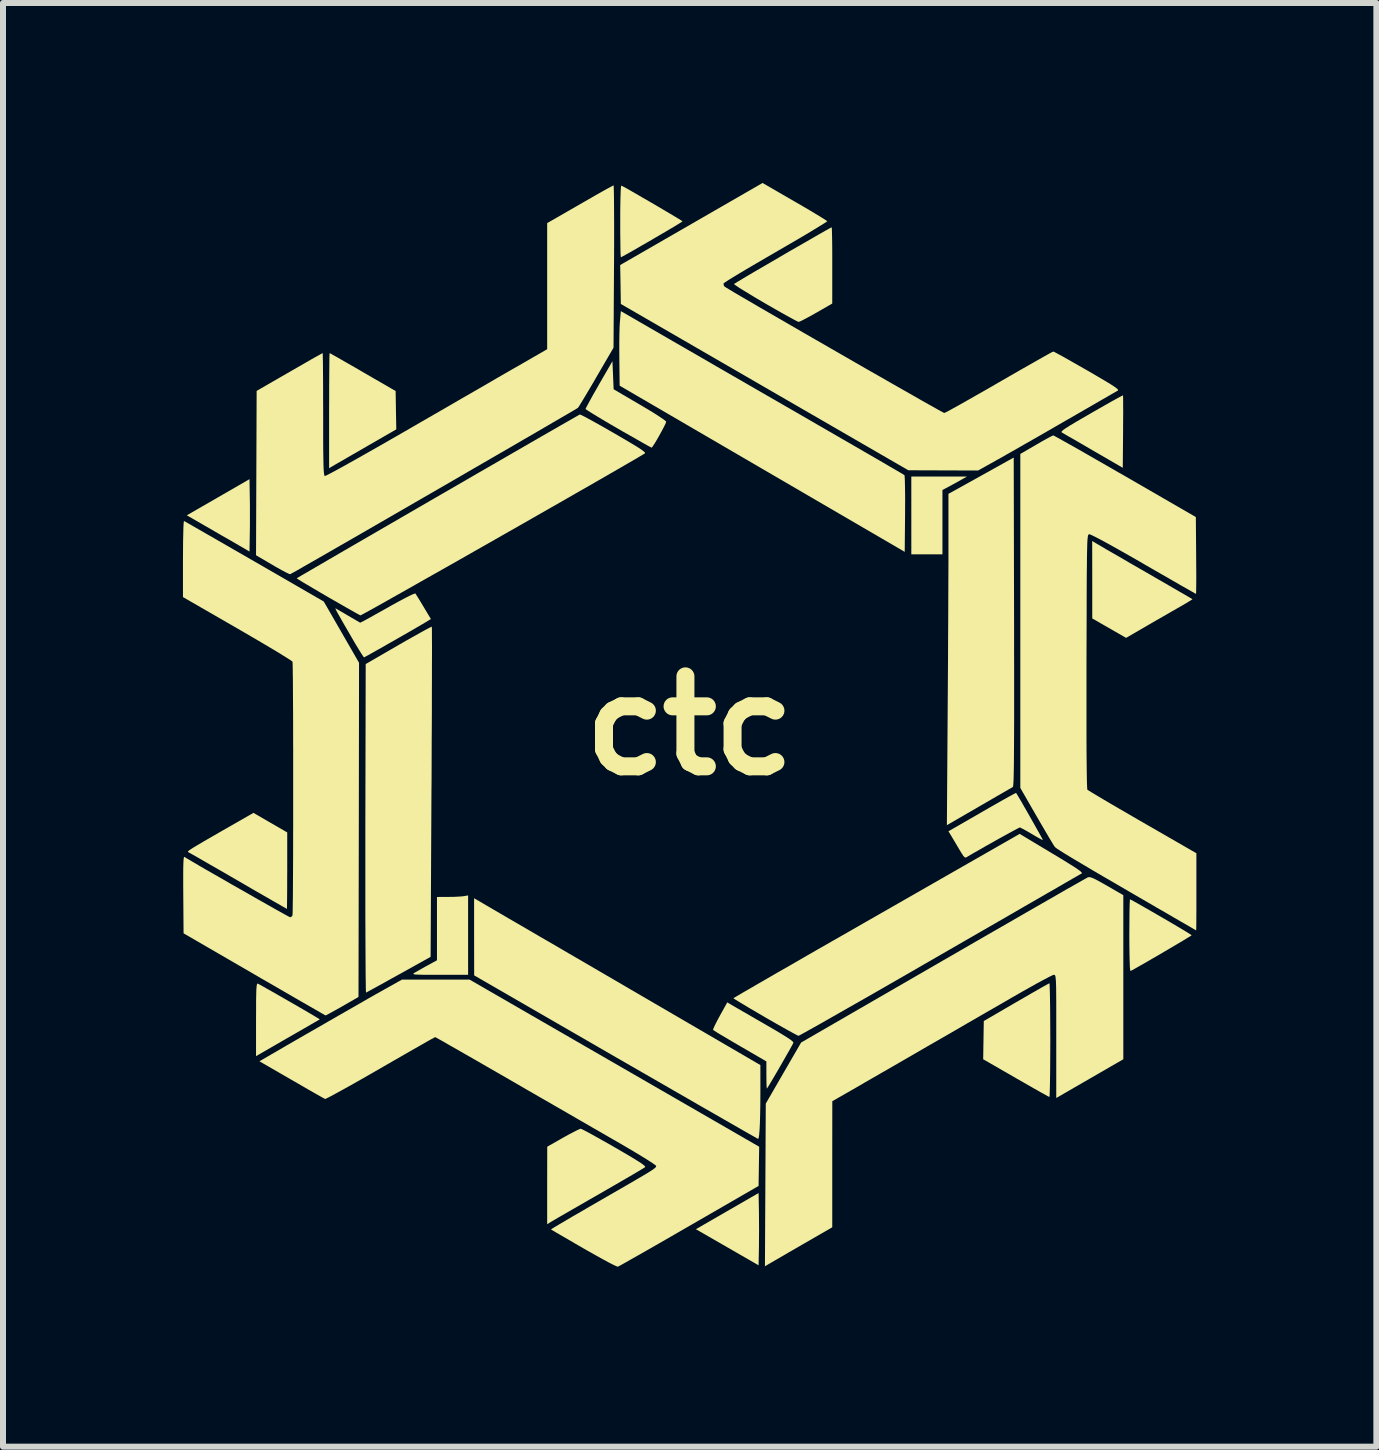
<source format=kicad_pcb>
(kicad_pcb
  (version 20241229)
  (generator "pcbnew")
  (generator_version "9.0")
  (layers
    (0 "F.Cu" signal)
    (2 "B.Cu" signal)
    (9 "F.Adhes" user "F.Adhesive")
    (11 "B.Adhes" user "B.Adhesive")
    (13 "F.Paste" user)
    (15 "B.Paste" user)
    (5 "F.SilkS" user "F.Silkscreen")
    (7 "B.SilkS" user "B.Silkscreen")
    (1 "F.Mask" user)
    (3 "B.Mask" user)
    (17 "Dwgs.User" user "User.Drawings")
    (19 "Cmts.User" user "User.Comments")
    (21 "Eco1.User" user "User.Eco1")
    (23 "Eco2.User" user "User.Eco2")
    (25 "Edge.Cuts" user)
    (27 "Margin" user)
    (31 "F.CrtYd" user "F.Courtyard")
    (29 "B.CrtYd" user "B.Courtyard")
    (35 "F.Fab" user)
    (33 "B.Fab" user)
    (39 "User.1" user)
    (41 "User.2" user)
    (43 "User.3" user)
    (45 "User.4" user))
  (footprint "ctc"
    (layer "F.Cu")
    (at 8.447 9.046)
    (property "Reference" "ctc" (at 0 0 0) (layer "F.SilkS") (effects (font (size 1.5 1.5) (thickness 0.3))))
    (attr board_only exclude_from_pos_files exclude_from_bom)
    (fp_poly (pts (xy 1.154 8.1) (xy 1.155 8.241) (xy 1.156 8.4) (xy 1.155 8.557) (xy 1.154 8.695) (xy 1.154 8.703) (xy 1.148 8.996) (xy 0.626 8.695) (xy 0.103 8.394) (xy 0.626 8.092) (xy 1.148 7.791)) (stroke (width 0) (type solid)) (fill yes) (layer "F.SilkS"))
    (fp_poly (pts (xy 4.158 -4.153) (xy 4.623 -4.153) (xy 4.538 -4.105) (xy 4.474 -4.069) (xy 4.394 -4.025) (xy 4.334 -3.992) (xy 4.213 -3.928) (xy 4.213 -3.392) (xy 4.213 -2.856) (xy 3.954 -2.856) (xy 3.694 -2.856) (xy 3.694 -3.504) (xy 3.694 -4.153)) (stroke (width 0) (type solid)) (fill yes) (layer "F.SilkS"))
    (fp_poly (pts (xy -7.333 -3.8) (xy -7.331 -3.659) (xy -7.331 -3.5) (xy -7.331 -3.342) (xy -7.333 -3.204) (xy -7.333 -3.197) (xy -7.338 -2.902) (xy -7.568 -3.036) (xy -7.67 -3.095) (xy -7.794 -3.166) (xy -7.925 -3.242) (xy -8.051 -3.315) (xy -8.09 -3.337) (xy -8.383 -3.506) (xy -7.861 -3.807) (xy -7.338 -4.109)) (stroke (width 0) (type solid)) (fill yes) (layer "F.SilkS"))
    (fp_poly (pts (xy -3.694 3.492) (xy -3.694 4.153) (xy -4.168 4.153) (xy -4.318 4.153) (xy -4.431 4.153) (xy -4.512 4.151) (xy -4.566 4.149) (xy -4.597 4.145) (xy -4.608 4.139) (xy -4.604 4.132) (xy -4.589 4.121) (xy -4.583 4.117) (xy -4.537 4.091) (xy -4.469 4.052) (xy -4.392 4.009) (xy -4.368 3.996) (xy -4.213 3.911) (xy -4.213 3.383) (xy -4.213 2.856) (xy -4.029 2.855) (xy -3.937 2.854) (xy -3.851 2.85) (xy -3.785 2.845) (xy -3.769 2.843) (xy -3.694 2.83)) (stroke (width 0) (type solid)) (fill yes) (layer "F.SilkS"))
    (fp_poly (pts (xy -5.984 -6.201) (xy -5.935 -6.173) (xy -5.86 -6.131) (xy -5.763 -6.075) (xy -5.649 -6.01) (xy -5.52 -5.936) (xy -5.449 -5.894) (xy -4.902 -5.578) (xy -4.897 -5.258) (xy -4.891 -4.939) (xy -5.356 -4.671) (xy -5.485 -4.596) (xy -5.607 -4.526) (xy -5.718 -4.462) (xy -5.81 -4.408) (xy -5.879 -4.369) (xy -5.915 -4.348) (xy -6.011 -4.292) (xy -6.011 -5.251) (xy -6.01 -5.443) (xy -6.01 -5.621) (xy -6.009 -5.784) (xy -6.008 -5.925) (xy -6.007 -6.043) (xy -6.006 -6.132) (xy -6.004 -6.189) (xy -6.003 -6.21) (xy -6.003 -6.21)) (stroke (width 0) (type solid)) (fill yes) (layer "F.SilkS"))
    (fp_poly (pts (xy -7.199 4.3) (xy -7.175 4.313) (xy -7.123 4.342) (xy -7.047 4.385) (xy -6.953 4.438) (xy -6.846 4.499) (xy -6.733 4.564) (xy -6.618 4.63) (xy -6.507 4.694) (xy -6.405 4.753) (xy -6.319 4.804) (xy -6.253 4.843) (xy -6.213 4.867) (xy -6.166 4.896) (xy -6.263 4.952) (xy -6.307 4.977) (xy -6.38 5.02) (xy -6.476 5.075) (xy -6.587 5.139) (xy -6.709 5.209) (xy -6.794 5.258) (xy -7.229 5.509) (xy -7.229 4.899) (xy -7.228 4.726) (xy -7.228 4.588) (xy -7.226 4.483) (xy -7.224 4.405) (xy -7.22 4.352) (xy -7.216 4.32) (xy -7.209 4.304) (xy -7.202 4.3)) (stroke (width 0) (type solid)) (fill yes) (layer "F.SilkS"))
    (fp_poly (pts (xy 6.774 -3.039) (xy 6.805 -3.021) (xy 6.866 -2.985) (xy 6.954 -2.933) (xy 7.066 -2.869) (xy 7.196 -2.794) (xy 7.341 -2.709) (xy 7.498 -2.619) (xy 7.608 -2.556) (xy 7.768 -2.463) (xy 7.916 -2.378) (xy 8.05 -2.3) (xy 8.166 -2.233) (xy 8.261 -2.178) (xy 8.33 -2.138) (xy 8.371 -2.114) (xy 8.381 -2.108) (xy 8.367 -2.098) (xy 8.324 -2.071) (xy 8.261 -2.033) (xy 8.192 -1.993) (xy 8.112 -1.947) (xy 8.007 -1.887) (xy 7.886 -1.817) (xy 7.758 -1.744) (xy 7.636 -1.673) (xy 7.274 -1.463) (xy 6.992 -1.625) (xy 6.71 -1.787) (xy 6.71 -2.433) (xy 6.709 -3.078)) (stroke (width 0) (type solid)) (fill yes) (layer "F.SilkS"))
    (fp_poly (pts (xy 7.224 -5.484) (xy 7.225 -5.428) (xy 7.225 -5.342) (xy 7.226 -5.231) (xy 7.225 -5.099) (xy 7.224 -4.953) (xy 7.224 -4.898) (xy 7.219 -4.298) (xy 6.739 -4.576) (xy 6.612 -4.65) (xy 6.494 -4.719) (xy 6.39 -4.779) (xy 6.305 -4.827) (xy 6.245 -4.862) (xy 6.214 -4.88) (xy 6.213 -4.88) (xy 6.201 -4.888) (xy 6.198 -4.898) (xy 6.207 -4.912) (xy 6.23 -4.932) (xy 6.272 -4.961) (xy 6.335 -5.001) (xy 6.424 -5.054) (xy 6.54 -5.122) (xy 6.687 -5.207) (xy 6.69 -5.209) (xy 6.821 -5.284) (xy 6.941 -5.352) (xy 7.044 -5.411) (xy 7.128 -5.457) (xy 7.188 -5.489) (xy 7.218 -5.504) (xy 7.222 -5.505)) (stroke (width 0) (type solid)) (fill yes) (layer "F.SilkS"))
    (fp_poly (pts (xy 5.999 4.314) (xy 6.001 4.369) (xy 6.004 4.456) (xy 6.006 4.572) (xy 6.008 4.712) (xy 6.009 4.872) (xy 6.01 5.05) (xy 6.011 5.24) (xy 6.011 5.242) (xy 6.01 5.432) (xy 6.009 5.61) (xy 6.008 5.771) (xy 6.006 5.911) (xy 6.004 6.027) (xy 6.001 6.114) (xy 5.999 6.17) (xy 5.996 6.19) (xy 5.996 6.19) (xy 5.975 6.18) (xy 5.925 6.152) (xy 5.848 6.11) (xy 5.75 6.054) (xy 5.634 5.988) (xy 5.505 5.914) (xy 5.437 5.875) (xy 4.892 5.561) (xy 4.897 5.242) (xy 4.902 4.924) (xy 5.441 4.61) (xy 5.575 4.533) (xy 5.697 4.462) (xy 5.804 4.401) (xy 5.891 4.351) (xy 5.955 4.316) (xy 5.99 4.297) (xy 5.996 4.295)) (stroke (width 0) (type solid)) (fill yes) (layer "F.SilkS"))
    (fp_poly (pts (xy -6.991 1.617) (xy -6.709 1.78) (xy -6.709 2.418) (xy -6.71 2.573) (xy -6.71 2.714) (xy -6.711 2.837) (xy -6.712 2.937) (xy -6.713 3.009) (xy -6.714 3.049) (xy -6.714 3.055) (xy -6.732 3.045) (xy -6.781 3.017) (xy -6.858 2.973) (xy -6.959 2.915) (xy -7.08 2.845) (xy -7.22 2.765) (xy -7.373 2.676) (xy -7.528 2.586) (xy -7.692 2.491) (xy -7.846 2.402) (xy -7.986 2.322) (xy -8.109 2.251) (xy -8.211 2.192) (xy -8.289 2.148) (xy -8.339 2.12) (xy -8.357 2.11) (xy -8.364 2.105) (xy -8.362 2.096) (xy -8.349 2.083) (xy -8.321 2.063) (xy -8.275 2.033) (xy -8.208 1.993) (xy -8.117 1.939) (xy -7.999 1.871) (xy -7.85 1.785) (xy -7.789 1.75) (xy -7.272 1.454)) (stroke (width 0) (type solid)) (fill yes) (layer "F.SilkS"))
    (fp_poly (pts (xy -0.03 -6.264) (xy 0.196 -6.134) (xy 0.449 -5.987) (xy 0.723 -5.829) (xy 1.009 -5.664) (xy 1.3 -5.496) (xy 1.59 -5.329) (xy 1.871 -5.167) (xy 2.135 -5.014) (xy 2.326 -4.904) (xy 2.53 -4.786) (xy 2.724 -4.674) (xy 2.905 -4.569) (xy 3.071 -4.473) (xy 3.218 -4.388) (xy 3.344 -4.314) (xy 3.446 -4.255) (xy 3.521 -4.211) (xy 3.566 -4.184) (xy 3.58 -4.175) (xy 3.583 -4.152) (xy 3.586 -4.095) (xy 3.588 -4.007) (xy 3.59 -3.893) (xy 3.591 -3.76) (xy 3.59 -3.611) (xy 3.59 -3.529) (xy 3.584 -2.897) (xy 1.208 -4.282) (xy -1.168 -5.667) (xy -1.173 -6.113) (xy -1.174 -6.256) (xy -1.174 -6.397) (xy -1.172 -6.527) (xy -1.169 -6.638) (xy -1.165 -6.72) (xy -1.163 -6.735) (xy -1.148 -6.91)) (stroke (width 0) (type solid)) (fill yes) (layer "F.SilkS"))
    (fp_poly (pts (xy -1.278 -5.841) (xy -1.268 -5.607) (xy -0.829 -5.35) (xy -0.7 -5.274) (xy -0.589 -5.206) (xy -0.5 -5.148) (xy -0.435 -5.104) (xy -0.398 -5.075) (xy -0.392 -5.065) (xy -0.402 -5.037) (xy -0.427 -4.985) (xy -0.463 -4.917) (xy -0.504 -4.842) (xy -0.546 -4.768) (xy -0.585 -4.703) (xy -0.616 -4.656) (xy -0.634 -4.634) (xy -0.635 -4.634) (xy -0.655 -4.644) (xy -0.706 -4.671) (xy -0.782 -4.714) (xy -0.88 -4.77) (xy -0.996 -4.836) (xy -1.125 -4.909) (xy -1.192 -4.948) (xy -1.326 -5.026) (xy -1.447 -5.097) (xy -1.553 -5.161) (xy -1.638 -5.213) (xy -1.699 -5.252) (xy -1.732 -5.274) (xy -1.736 -5.279) (xy -1.727 -5.3) (xy -1.7 -5.351) (xy -1.659 -5.427) (xy -1.607 -5.521) (xy -1.545 -5.629) (xy -1.513 -5.686) (xy -1.288 -6.075)) (stroke (width 0) (type solid)) (fill yes) (layer "F.SilkS"))
    (fp_poly (pts (xy -3.38 3.002) (xy -3.335 3.028) (xy -3.259 3.073) (xy -3.152 3.135) (xy -3.019 3.213) (xy -2.86 3.305) (xy -2.678 3.411) (xy -2.476 3.529) (xy -2.255 3.657) (xy -2.019 3.795) (xy -1.769 3.94) (xy -1.509 4.092) (xy -1.239 4.249) (xy -0.993 4.393) (xy 1.178 5.658) (xy 1.178 6.121) (xy 1.177 6.314) (xy 1.174 6.484) (xy 1.17 6.629) (xy 1.164 6.744) (xy 1.157 6.828) (xy 1.148 6.876) (xy 1.14 6.889) (xy 1.122 6.879) (xy 1.071 6.85) (xy 0.989 6.804) (xy 0.879 6.741) (xy 0.742 6.662) (xy 0.581 6.57) (xy 0.397 6.464) (xy 0.192 6.347) (xy -0.031 6.218) (xy -0.271 6.08) (xy -0.526 5.933) (xy -0.793 5.779) (xy -1.071 5.619) (xy -1.233 5.526) (xy -3.593 4.163) (xy -3.594 3.52) (xy -3.594 2.877)) (stroke (width 0) (type solid)) (fill yes) (layer "F.SilkS"))
    (fp_poly (pts (xy -1.793 6.729) (xy -1.739 6.756) (xy -1.659 6.799) (xy -1.558 6.855) (xy -1.441 6.921) (xy -1.311 6.994) (xy -1.253 7.028) (xy -1.096 7.119) (xy -0.972 7.192) (xy -0.878 7.25) (xy -0.81 7.293) (xy -0.767 7.325) (xy -0.745 7.346) (xy -0.742 7.358) (xy -0.743 7.359) (xy -0.766 7.374) (xy -0.819 7.406) (xy -0.899 7.454) (xy -1.003 7.515) (xy -1.127 7.587) (xy -1.267 7.668) (xy -1.419 7.756) (xy -1.508 7.807) (xy -1.667 7.898) (xy -1.817 7.985) (xy -1.955 8.064) (xy -2.076 8.134) (xy -2.177 8.192) (xy -2.252 8.236) (xy -2.3 8.264) (xy -2.311 8.271) (xy -2.376 8.31) (xy -2.376 7.665) (xy -2.375 7.019) (xy -2.112 6.869) (xy -2.018 6.817) (xy -1.934 6.773) (xy -1.869 6.74) (xy -1.827 6.722) (xy -1.818 6.719)) (stroke (width 0) (type solid)) (fill yes) (layer "F.SilkS"))
    (fp_poly (pts (xy 5.407 -1.731) (xy 5.407 -1.331) (xy 5.408 -0.97) (xy 5.408 -0.645) (xy 5.408 -0.354) (xy 5.408 -0.098) (xy 5.407 0.128) (xy 5.406 0.324) (xy 5.405 0.491) (xy 5.404 0.632) (xy 5.402 0.749) (xy 5.4 0.842) (xy 5.398 0.914) (xy 5.395 0.966) (xy 5.392 1) (xy 5.389 1.018) (xy 5.387 1.022) (xy 5.364 1.036) (xy 5.311 1.066) (xy 5.232 1.112) (xy 5.131 1.17) (xy 5.014 1.238) (xy 4.885 1.313) (xy 4.824 1.348) (xy 4.287 1.659) (xy 4.3 -0.244) (xy 4.302 -0.54) (xy 4.304 -0.841) (xy 4.306 -1.144) (xy 4.307 -1.443) (xy 4.309 -1.733) (xy 4.31 -2.01) (xy 4.311 -2.269) (xy 4.312 -2.506) (xy 4.313 -2.716) (xy 4.313 -2.894) (xy 4.313 -3.005) (xy 4.313 -3.864) (xy 4.857 -4.166) (xy 5.401 -4.469)) (stroke (width 0) (type solid)) (fill yes) (layer "F.SilkS"))
    (fp_poly (pts (xy -1.14 -9.002) (xy -1.114 -8.989) (xy -1.06 -8.96) (xy -0.984 -8.917) (xy -0.89 -8.863) (xy -0.784 -8.801) (xy -0.671 -8.736) (xy -0.556 -8.669) (xy -0.444 -8.603) (xy -0.341 -8.542) (xy -0.252 -8.489) (xy -0.182 -8.447) (xy -0.136 -8.418) (xy -0.12 -8.407) (xy -0.136 -8.395) (xy -0.182 -8.366) (xy -0.252 -8.323) (xy -0.342 -8.27) (xy -0.445 -8.209) (xy -0.557 -8.144) (xy -0.672 -8.076) (xy -0.786 -8.011) (xy -0.892 -7.949) (xy -0.987 -7.895) (xy -1.064 -7.852) (xy -1.119 -7.822) (xy -1.146 -7.808) (xy -1.148 -7.808) (xy -1.15 -7.827) (xy -1.153 -7.881) (xy -1.155 -7.965) (xy -1.156 -8.075) (xy -1.158 -8.205) (xy -1.158 -8.351) (xy -1.158 -8.408) (xy -1.158 -8.575) (xy -1.156 -8.719) (xy -1.153 -8.838) (xy -1.15 -8.927) (xy -1.145 -8.983) (xy -1.14 -9.003)) (stroke (width 0) (type solid)) (fill yes) (layer "F.SilkS"))
    (fp_poly (pts (xy 7.36 2.905) (xy 7.41 2.932) (xy 7.483 2.973) (xy 7.574 3.025) (xy 7.679 3.085) (xy 7.791 3.15) (xy 7.907 3.217) (xy 8.02 3.283) (xy 8.125 3.345) (xy 8.218 3.4) (xy 8.292 3.445) (xy 8.343 3.477) (xy 8.366 3.493) (xy 8.367 3.494) (xy 8.35 3.506) (xy 8.304 3.534) (xy 8.234 3.577) (xy 8.145 3.63) (xy 8.042 3.691) (xy 7.931 3.756) (xy 7.816 3.824) (xy 7.703 3.889) (xy 7.597 3.951) (xy 7.503 4.004) (xy 7.426 4.048) (xy 7.373 4.077) (xy 7.347 4.09) (xy 7.342 4.073) (xy 7.337 4.019) (xy 7.334 3.932) (xy 7.331 3.815) (xy 7.329 3.673) (xy 7.328 3.507) (xy 7.328 3.496) (xy 7.329 3.346) (xy 7.33 3.209) (xy 7.331 3.091) (xy 7.333 2.997) (xy 7.336 2.931) (xy 7.338 2.898) (xy 7.339 2.895)) (stroke (width 0) (type solid)) (fill yes) (layer "F.SilkS"))
    (fp_poly (pts (xy 0.697 4.655) (xy 0.733 4.676) (xy 0.798 4.714) (xy 0.887 4.765) (xy 0.995 4.827) (xy 1.117 4.898) (xy 1.247 4.973) (xy 1.254 4.977) (xy 1.406 5.065) (xy 1.525 5.136) (xy 1.615 5.192) (xy 1.677 5.233) (xy 1.714 5.263) (xy 1.728 5.281) (xy 1.728 5.287) (xy 1.714 5.315) (xy 1.685 5.369) (xy 1.643 5.443) (xy 1.592 5.532) (xy 1.536 5.63) (xy 1.479 5.729) (xy 1.423 5.825) (xy 1.372 5.911) (xy 1.33 5.982) (xy 1.3 6.03) (xy 1.287 6.05) (xy 1.286 6.05) (xy 1.283 6.032) (xy 1.28 5.981) (xy 1.279 5.906) (xy 1.278 5.824) (xy 1.278 5.597) (xy 0.838 5.341) (xy 0.718 5.271) (xy 0.61 5.207) (xy 0.518 5.153) (xy 0.448 5.11) (xy 0.403 5.081) (xy 0.389 5.071) (xy 0.395 5.049) (xy 0.417 5) (xy 0.452 4.93) (xy 0.497 4.846) (xy 0.503 4.835) (xy 0.626 4.613)) (stroke (width 0) (type solid)) (fill yes) (layer "F.SilkS"))
    (fp_poly (pts (xy 2.369 -8.288) (xy 2.371 -8.233) (xy 2.373 -8.149) (xy 2.375 -8.038) (xy 2.376 -7.906) (xy 2.376 -7.759) (xy 2.376 -7.672) (xy 2.376 -7.036) (xy 2.11 -6.883) (xy 2.016 -6.83) (xy 1.932 -6.785) (xy 1.867 -6.751) (xy 1.825 -6.733) (xy 1.815 -6.73) (xy 1.792 -6.74) (xy 1.738 -6.768) (xy 1.659 -6.811) (xy 1.558 -6.867) (xy 1.441 -6.933) (xy 1.312 -7.007) (xy 1.258 -7.038) (xy 1.127 -7.115) (xy 1.009 -7.186) (xy 0.907 -7.248) (xy 0.825 -7.299) (xy 0.769 -7.337) (xy 0.741 -7.358) (xy 0.739 -7.362) (xy 0.757 -7.374) (xy 0.806 -7.404) (xy 0.881 -7.449) (xy 0.978 -7.507) (xy 1.094 -7.575) (xy 1.223 -7.65) (xy 1.362 -7.731) (xy 1.506 -7.815) (xy 1.651 -7.9) (xy 1.794 -7.982) (xy 1.93 -8.06) (xy 2.055 -8.132) (xy 2.164 -8.195) (xy 2.254 -8.246) (xy 2.32 -8.283) (xy 2.359 -8.303) (xy 2.367 -8.307)) (stroke (width 0) (type solid)) (fill yes) (layer "F.SilkS"))
    (fp_poly (pts (xy -4.298 -1.629) (xy -4.297 -1.571) (xy -4.297 -1.477) (xy -4.296 -1.35) (xy -4.296 -1.193) (xy -4.297 -1.007) (xy -4.297 -0.795) (xy -4.298 -0.558) (xy -4.298 -0.301) (xy -4.299 -0.024) (xy -4.301 0.271) (xy -4.302 0.58) (xy -4.303 0.901) (xy -4.305 1.107) (xy -4.319 3.854) (xy -4.849 4.149) (xy -4.982 4.222) (xy -5.103 4.29) (xy -5.21 4.349) (xy -5.296 4.396) (xy -5.358 4.43) (xy -5.391 4.448) (xy -5.395 4.45) (xy -5.397 4.431) (xy -5.399 4.374) (xy -5.4 4.283) (xy -5.402 4.158) (xy -5.403 4.002) (xy -5.404 3.818) (xy -5.405 3.607) (xy -5.406 3.372) (xy -5.407 3.116) (xy -5.407 2.84) (xy -5.407 2.547) (xy -5.407 2.239) (xy -5.407 1.918) (xy -5.407 1.715) (xy -5.401 -1.027) (xy -4.855 -1.343) (xy -4.721 -1.42) (xy -4.598 -1.489) (xy -4.491 -1.549) (xy -4.404 -1.597) (xy -4.34 -1.631) (xy -4.305 -1.648) (xy -4.299 -1.65)) (stroke (width 0) (type solid)) (fill yes) (layer "F.SilkS"))
    (fp_poly (pts (xy 5.455 1.144) (xy 5.485 1.194) (xy 5.527 1.265) (xy 5.577 1.353) (xy 5.633 1.45) (xy 5.69 1.551) (xy 5.746 1.65) (xy 5.797 1.741) (xy 5.84 1.817) (xy 5.87 1.873) (xy 5.886 1.904) (xy 5.887 1.907) (xy 5.868 1.9) (xy 5.823 1.876) (xy 5.759 1.84) (xy 5.701 1.805) (xy 5.625 1.761) (xy 5.561 1.725) (xy 5.517 1.703) (xy 5.502 1.697) (xy 5.481 1.707) (xy 5.432 1.733) (xy 5.359 1.772) (xy 5.268 1.822) (xy 5.166 1.878) (xy 5.058 1.939) (xy 4.95 1.999) (xy 4.848 2.058) (xy 4.756 2.11) (xy 4.682 2.153) (xy 4.63 2.184) (xy 4.623 2.189) (xy 4.602 2.199) (xy 4.582 2.194) (xy 4.559 2.168) (xy 4.526 2.117) (xy 4.498 2.071) (xy 4.451 1.991) (xy 4.404 1.912) (xy 4.367 1.85) (xy 4.364 1.844) (xy 4.313 1.761) (xy 4.874 1.438) (xy 5.009 1.36) (xy 5.133 1.289) (xy 5.242 1.228) (xy 5.331 1.178) (xy 5.396 1.143) (xy 5.433 1.124) (xy 5.44 1.121)) (stroke (width 0) (type solid)) (fill yes) (layer "F.SilkS"))
    (fp_poly (pts (xy -4.573 -2.203) (xy -4.558 -2.18) (xy -4.527 -2.131) (xy -4.484 -2.061) (xy -4.437 -1.982) (xy -4.314 -1.777) (xy -4.359 -1.75) (xy -4.401 -1.724) (xy -4.469 -1.684) (xy -4.558 -1.632) (xy -4.661 -1.572) (xy -4.775 -1.507) (xy -4.893 -1.439) (xy -5.012 -1.372) (xy -5.124 -1.307) (xy -5.227 -1.25) (xy -5.313 -1.201) (xy -5.379 -1.164) (xy -5.419 -1.143) (xy -5.429 -1.138) (xy -5.443 -1.155) (xy -5.473 -1.2) (xy -5.516 -1.27) (xy -5.57 -1.358) (xy -5.629 -1.46) (xy -5.631 -1.463) (xy -5.715 -1.608) (xy -5.781 -1.722) (xy -5.83 -1.809) (xy -5.866 -1.872) (xy -5.889 -1.915) (xy -5.901 -1.94) (xy -5.905 -1.952) (xy -5.902 -1.955) (xy -5.899 -1.953) (xy -5.875 -1.939) (xy -5.825 -1.91) (xy -5.755 -1.869) (xy -5.687 -1.829) (xy -5.493 -1.716) (xy -5.427 -1.749) (xy -5.391 -1.769) (xy -5.325 -1.805) (xy -5.238 -1.854) (xy -5.134 -1.912) (xy -5.019 -1.976) (xy -4.975 -2.002) (xy -4.862 -2.064) (xy -4.761 -2.118) (xy -4.677 -2.161) (xy -4.615 -2.19) (xy -4.579 -2.203)) (stroke (width 0) (type solid)) (fill yes) (layer "F.SilkS"))
    (fp_poly (pts (xy 6.034 2.125) (xy 6.188 2.217) (xy 6.309 2.292) (xy 6.402 2.35) (xy 6.468 2.394) (xy 6.511 2.426) (xy 6.533 2.447) (xy 6.538 2.46) (xy 6.534 2.464) (xy 6.513 2.476) (xy 6.459 2.507) (xy 6.375 2.555) (xy 6.262 2.62) (xy 6.123 2.701) (xy 5.959 2.795) (xy 5.774 2.902) (xy 5.567 3.021) (xy 5.343 3.151) (xy 5.102 3.29) (xy 4.846 3.437) (xy 4.579 3.591) (xy 4.302 3.751) (xy 4.17 3.827) (xy 3.889 3.989) (xy 3.617 4.146) (xy 3.356 4.296) (xy 3.109 4.438) (xy 2.877 4.571) (xy 2.662 4.693) (xy 2.467 4.804) (xy 2.294 4.903) (xy 2.144 4.988) (xy 2.019 5.058) (xy 1.922 5.112) (xy 1.855 5.149) (xy 1.819 5.168) (xy 1.814 5.17) (xy 1.79 5.16) (xy 1.737 5.132) (xy 1.658 5.089) (xy 1.558 5.033) (xy 1.441 4.967) (xy 1.312 4.893) (xy 1.258 4.862) (xy 1.127 4.785) (xy 1.007 4.715) (xy 0.904 4.653) (xy 0.821 4.603) (xy 0.762 4.567) (xy 0.732 4.547) (xy 0.729 4.544) (xy 0.746 4.533) (xy 0.796 4.503) (xy 0.876 4.456) (xy 0.985 4.393) (xy 1.121 4.314) (xy 1.282 4.221) (xy 1.465 4.115) (xy 1.67 3.998) (xy 1.893 3.869) (xy 2.133 3.731) (xy 2.388 3.585) (xy 2.656 3.432) (xy 2.935 3.272) (xy 3.115 3.169) (xy 5.5 1.804)) (stroke (width 0) (type solid)) (fill yes) (layer "F.SilkS"))
    (fp_poly (pts (xy 6.693 2.531) (xy 6.741 2.551) (xy 6.809 2.586) (xy 6.902 2.638) (xy 6.955 2.668) (xy 7.228 2.826) (xy 7.228 4.193) (xy 7.228 5.561) (xy 6.669 5.884) (xy 6.11 6.207) (xy 6.11 5.18) (xy 6.11 4.952) (xy 6.11 4.76) (xy 6.11 4.601) (xy 6.109 4.473) (xy 6.108 4.372) (xy 6.106 4.295) (xy 6.103 4.239) (xy 6.099 4.2) (xy 6.095 4.175) (xy 6.089 4.161) (xy 6.081 4.155) (xy 6.073 4.153) (xy 6.069 4.153) (xy 6.043 4.163) (xy 5.986 4.191) (xy 5.904 4.234) (xy 5.798 4.291) (xy 5.675 4.36) (xy 5.538 4.437) (xy 5.39 4.522) (xy 5.375 4.53) (xy 5.224 4.618) (xy 5.045 4.721) (xy 4.844 4.837) (xy 4.629 4.961) (xy 4.407 5.09) (xy 4.183 5.219) (xy 3.964 5.345) (xy 3.764 5.461) (xy 3.577 5.569) (xy 3.394 5.675) (xy 3.22 5.775) (xy 3.057 5.869) (xy 2.911 5.953) (xy 2.786 6.026) (xy 2.685 6.084) (xy 2.613 6.125) (xy 2.591 6.138) (xy 2.377 6.26) (xy 2.376 7.311) (xy 2.376 8.362) (xy 1.891 8.642) (xy 1.761 8.717) (xy 1.638 8.788) (xy 1.529 8.852) (xy 1.437 8.905) (xy 1.37 8.944) (xy 1.331 8.967) (xy 1.33 8.967) (xy 1.254 9.012) (xy 1.261 7.656) (xy 1.268 6.3) (xy 1.562 5.791) (xy 1.857 5.282) (xy 4.224 3.914) (xy 4.508 3.75) (xy 4.783 3.591) (xy 5.047 3.439) (xy 5.298 3.295) (xy 5.533 3.159) (xy 5.752 3.033) (xy 5.951 2.919) (xy 6.129 2.817) (xy 6.283 2.728) (xy 6.413 2.655) (xy 6.515 2.597) (xy 6.587 2.556) (xy 6.629 2.533) (xy 6.637 2.528) (xy 6.661 2.525)) (stroke (width 0) (type solid)) (fill yes) (layer "F.SilkS"))
    (fp_poly (pts (xy -1.811 -5.179) (xy -1.76 -5.154) (xy -1.684 -5.113) (xy -1.585 -5.059) (xy -1.469 -4.994) (xy -1.34 -4.92) (xy -1.268 -4.879) (xy -1.108 -4.786) (xy -0.98 -4.71) (xy -0.882 -4.651) (xy -0.812 -4.606) (xy -0.768 -4.573) (xy -0.746 -4.552) (xy -0.744 -4.541) (xy -0.767 -4.526) (xy -0.821 -4.494) (xy -0.905 -4.444) (xy -1.016 -4.38) (xy -1.152 -4.301) (xy -1.31 -4.21) (xy -1.488 -4.107) (xy -1.683 -3.995) (xy -1.893 -3.875) (xy -2.116 -3.747) (xy -2.349 -3.614) (xy -2.589 -3.477) (xy -2.835 -3.336) (xy -3.084 -3.195) (xy -3.332 -3.053) (xy -3.579 -2.913) (xy -3.821 -2.775) (xy -4.056 -2.642) (xy -4.282 -2.514) (xy -4.496 -2.393) (xy -4.695 -2.28) (xy -4.878 -2.177) (xy -5.041 -2.085) (xy -5.183 -2.005) (xy -5.301 -1.939) (xy -5.392 -1.889) (xy -5.455 -1.855) (xy -5.486 -1.839) (xy -5.489 -1.838) (xy -5.508 -1.848) (xy -5.558 -1.875) (xy -5.634 -1.918) (xy -5.732 -1.973) (xy -5.846 -2.039) (xy -5.974 -2.112) (xy -6.026 -2.142) (xy -6.156 -2.218) (xy -6.275 -2.288) (xy -6.378 -2.349) (xy -6.46 -2.398) (xy -6.518 -2.434) (xy -6.547 -2.453) (xy -6.55 -2.456) (xy -6.533 -2.467) (xy -6.484 -2.496) (xy -6.405 -2.542) (xy -6.299 -2.604) (xy -6.168 -2.68) (xy -6.014 -2.77) (xy -5.84 -2.871) (xy -5.649 -2.982) (xy -5.442 -3.102) (xy -5.223 -3.229) (xy -4.993 -3.362) (xy -4.755 -3.5) (xy -4.512 -3.641) (xy -4.265 -3.784) (xy -4.018 -3.927) (xy -3.772 -4.069) (xy -3.531 -4.209) (xy -3.296 -4.344) (xy -3.07 -4.475) (xy -2.855 -4.599) (xy -2.654 -4.715) (xy -2.469 -4.822) (xy -2.303 -4.917) (xy -2.157 -5.001) (xy -2.035 -5.071) (xy -1.939 -5.126) (xy -1.872 -5.164) (xy -1.835 -5.185) (xy -1.832 -5.187)) (stroke (width 0) (type solid)) (fill yes) (layer "F.SilkS"))
    (fp_poly (pts (xy -8.41 -3.4) (xy -8.358 -3.371) (xy -8.278 -3.325) (xy -8.172 -3.264) (xy -8.043 -3.19) (xy -7.893 -3.104) (xy -7.727 -3.008) (xy -7.546 -2.904) (xy -7.353 -2.793) (xy -7.256 -2.737) (xy -6.1 -2.069) (xy -5.806 -1.559) (xy -5.512 -1.048) (xy -5.516 1.737) (xy -5.521 4.523) (xy -5.791 4.678) (xy -5.884 4.731) (xy -5.964 4.775) (xy -6.026 4.809) (xy -6.063 4.828) (xy -6.07 4.83) (xy -6.089 4.82) (xy -6.139 4.792) (xy -6.218 4.746) (xy -6.323 4.686) (xy -6.452 4.612) (xy -6.601 4.526) (xy -6.767 4.43) (xy -6.948 4.325) (xy -7.141 4.214) (xy -7.259 4.145) (xy -8.437 3.462) (xy -8.442 2.818) (xy -8.443 2.626) (xy -8.443 2.472) (xy -8.442 2.354) (xy -8.439 2.268) (xy -8.435 2.214) (xy -8.429 2.189) (xy -8.425 2.187) (xy -8.371 2.22) (xy -8.291 2.267) (xy -8.189 2.327) (xy -8.069 2.397) (xy -7.934 2.474) (xy -7.789 2.557) (xy -7.639 2.644) (xy -7.485 2.731) (xy -7.334 2.817) (xy -7.189 2.9) (xy -7.053 2.977) (xy -6.931 3.046) (xy -6.827 3.104) (xy -6.744 3.15) (xy -6.687 3.181) (xy -6.66 3.194) (xy -6.659 3.195) (xy -6.631 3.179) (xy -6.622 3.163) (xy -6.62 3.139) (xy -6.618 3.078) (xy -6.617 2.983) (xy -6.615 2.858) (xy -6.614 2.707) (xy -6.613 2.531) (xy -6.612 2.334) (xy -6.611 2.12) (xy -6.611 1.892) (xy -6.61 1.653) (xy -6.61 1.406) (xy -6.61 1.155) (xy -6.61 0.902) (xy -6.61 0.651) (xy -6.61 0.405) (xy -6.611 0.168) (xy -6.611 -0.058) (xy -6.612 -0.27) (xy -6.613 -0.463) (xy -6.614 -0.635) (xy -6.615 -0.783) (xy -6.617 -0.903) (xy -6.618 -0.993) (xy -6.62 -1.048) (xy -6.621 -1.066) (xy -6.641 -1.082) (xy -6.691 -1.115) (xy -6.77 -1.164) (xy -6.873 -1.228) (xy -6.999 -1.303) (xy -7.142 -1.388) (xy -7.301 -1.481) (xy -7.471 -1.58) (xy -7.54 -1.62) (xy -8.447 -2.143) (xy -8.447 -2.78) (xy -8.446 -2.935) (xy -8.445 -3.076) (xy -8.442 -3.198) (xy -8.44 -3.297) (xy -8.436 -3.367) (xy -8.432 -3.406) (xy -8.43 -3.411)) (stroke (width 0) (type solid)) (fill yes) (layer "F.SilkS"))
    (fp_poly (pts (xy 1.75 -8.736) (xy 1.883 -8.659) (xy 2.004 -8.588) (xy 2.109 -8.525) (xy 2.194 -8.473) (xy 2.255 -8.435) (xy 2.288 -8.413) (xy 2.292 -8.409) (xy 2.277 -8.396) (xy 2.229 -8.365) (xy 2.154 -8.319) (xy 2.054 -8.258) (xy 1.933 -8.185) (xy 1.792 -8.102) (xy 1.637 -8.012) (xy 1.47 -7.915) (xy 1.436 -7.895) (xy 1.267 -7.797) (xy 1.108 -7.704) (xy 0.963 -7.619) (xy 0.835 -7.543) (xy 0.728 -7.478) (xy 0.645 -7.427) (xy 0.59 -7.391) (xy 0.565 -7.373) (xy 0.564 -7.372) (xy 0.568 -7.337) (xy 0.581 -7.319) (xy 0.604 -7.304) (xy 0.657 -7.272) (xy 0.74 -7.222) (xy 0.849 -7.158) (xy 0.981 -7.081) (xy 1.133 -6.992) (xy 1.304 -6.893) (xy 1.489 -6.786) (xy 1.686 -6.672) (xy 1.893 -6.552) (xy 2.107 -6.429) (xy 2.324 -6.304) (xy 2.543 -6.178) (xy 2.76 -6.053) (xy 2.972 -5.931) (xy 3.178 -5.814) (xy 3.373 -5.702) (xy 3.556 -5.598) (xy 3.723 -5.503) (xy 3.871 -5.418) (xy 3.999 -5.346) (xy 4.103 -5.288) (xy 4.18 -5.245) (xy 4.228 -5.219) (xy 4.244 -5.212) (xy 4.266 -5.222) (xy 4.319 -5.249) (xy 4.4 -5.294) (xy 4.505 -5.352) (xy 4.632 -5.424) (xy 4.776 -5.506) (xy 4.935 -5.596) (xy 5.104 -5.694) (xy 5.156 -5.724) (xy 5.328 -5.823) (xy 5.489 -5.916) (xy 5.637 -6) (xy 5.769 -6.075) (xy 5.88 -6.138) (xy 5.967 -6.187) (xy 6.027 -6.22) (xy 6.058 -6.235) (xy 6.06 -6.236) (xy 6.082 -6.227) (xy 6.134 -6.199) (xy 6.212 -6.157) (xy 6.311 -6.101) (xy 6.427 -6.035) (xy 6.557 -5.961) (xy 6.627 -5.921) (xy 6.78 -5.832) (xy 6.902 -5.76) (xy 6.996 -5.704) (xy 7.063 -5.661) (xy 7.108 -5.63) (xy 7.133 -5.608) (xy 7.142 -5.594) (xy 7.137 -5.585) (xy 7.136 -5.585) (xy 7.112 -5.571) (xy 7.056 -5.539) (xy 6.973 -5.491) (xy 6.867 -5.43) (xy 6.739 -5.356) (xy 6.595 -5.273) (xy 6.438 -5.182) (xy 6.271 -5.086) (xy 6.27 -5.086) (xy 6.09 -4.982) (xy 5.91 -4.878) (xy 5.734 -4.777) (xy 5.567 -4.682) (xy 5.416 -4.595) (xy 5.285 -4.521) (xy 5.18 -4.461) (xy 5.124 -4.43) (xy 4.807 -4.253) (xy 4.226 -4.255) (xy 3.644 -4.257) (xy 1.248 -5.643) (xy -1.148 -7.029) (xy -1.153 -7.354) (xy -1.159 -7.678) (xy 0.028 -8.362) (xy 1.214 -9.046)) (stroke (width 0) (type solid)) (fill yes) (layer "F.SilkS"))
    (fp_poly (pts (xy -1.267 -8.986) (xy -1.265 -8.93) (xy -1.263 -8.841) (xy -1.262 -8.721) (xy -1.261 -8.574) (xy -1.26 -8.404) (xy -1.26 -8.213) (xy -1.26 -8.005) (xy -1.261 -7.783) (xy -1.262 -7.653) (xy -1.27 -6.3) (xy -1.555 -5.811) (xy -1.629 -5.683) (xy -1.698 -5.567) (xy -1.759 -5.465) (xy -1.808 -5.384) (xy -1.843 -5.327) (xy -1.862 -5.299) (xy -1.863 -5.298) (xy -1.882 -5.286) (xy -1.934 -5.255) (xy -2.015 -5.207) (xy -2.124 -5.144) (xy -2.258 -5.066) (xy -2.414 -4.975) (xy -2.59 -4.872) (xy -2.784 -4.76) (xy -2.993 -4.638) (xy -3.215 -4.51) (xy -3.448 -4.375) (xy -3.688 -4.236) (xy -3.934 -4.093) (xy -4.183 -3.949) (xy -4.433 -3.805) (xy -4.682 -3.661) (xy -4.926 -3.52) (xy -5.163 -3.383) (xy -5.392 -3.251) (xy -5.61 -3.125) (xy -5.814 -3.008) (xy -6.001 -2.9) (xy -6.17 -2.803) (xy -6.318 -2.718) (xy -6.443 -2.647) (xy -6.541 -2.59) (xy -6.612 -2.551) (xy -6.651 -2.529) (xy -6.66 -2.524) (xy -6.683 -2.532) (xy -6.734 -2.556) (xy -6.807 -2.595) (xy -6.895 -2.644) (xy -6.954 -2.679) (xy -7.229 -2.84) (xy -7.224 -4.21) (xy -7.219 -5.58) (xy -6.673 -5.895) (xy -6.539 -5.972) (xy -6.417 -6.042) (xy -6.31 -6.104) (xy -6.223 -6.153) (xy -6.159 -6.188) (xy -6.124 -6.208) (xy -6.119 -6.21) (xy -6.117 -6.191) (xy -6.116 -6.135) (xy -6.114 -6.047) (xy -6.113 -5.931) (xy -6.112 -5.789) (xy -6.111 -5.626) (xy -6.111 -5.446) (xy -6.11 -5.252) (xy -6.11 -5.191) (xy -6.11 -4.959) (xy -6.11 -4.763) (xy -6.109 -4.602) (xy -6.107 -4.471) (xy -6.105 -4.368) (xy -6.103 -4.29) (xy -6.099 -4.233) (xy -6.095 -4.195) (xy -6.09 -4.172) (xy -6.084 -4.162) (xy -6.082 -4.161) (xy -6.061 -4.169) (xy -6.008 -4.196) (xy -5.925 -4.24) (xy -5.816 -4.299) (xy -5.684 -4.373) (xy -5.53 -4.459) (xy -5.357 -4.557) (xy -5.169 -4.664) (xy -4.968 -4.779) (xy -4.756 -4.901) (xy -4.709 -4.928) (xy -4.481 -5.06) (xy -4.252 -5.192) (xy -4.025 -5.323) (xy -3.805 -5.451) (xy -3.596 -5.571) (xy -3.402 -5.683) (xy -3.227 -5.785) (xy -3.075 -5.873) (xy -2.95 -5.945) (xy -2.87 -5.99) (xy -2.376 -6.275) (xy -2.376 -7.326) (xy -2.376 -8.377) (xy -1.83 -8.691) (xy -1.696 -8.768) (xy -1.573 -8.839) (xy -1.465 -8.9) (xy -1.377 -8.949) (xy -1.312 -8.984) (xy -1.276 -9.003) (xy -1.269 -9.006)) (stroke (width 0) (type solid)) (fill yes) (layer "F.SilkS"))
    (fp_poly (pts (xy 6.081 -4.828) (xy 6.133 -4.8) (xy 6.213 -4.755) (xy 6.32 -4.695) (xy 6.45 -4.622) (xy 6.6 -4.536) (xy 6.767 -4.44) (xy 6.949 -4.336) (xy 7.143 -4.224) (xy 7.259 -4.158) (xy 8.437 -3.477) (xy 8.442 -2.837) (xy 8.443 -2.681) (xy 8.444 -2.54) (xy 8.444 -2.416) (xy 8.443 -2.316) (xy 8.442 -2.243) (xy 8.441 -2.203) (xy 8.439 -2.197) (xy 8.421 -2.206) (xy 8.372 -2.234) (xy 8.294 -2.278) (xy 8.192 -2.336) (xy 8.069 -2.407) (xy 7.927 -2.489) (xy 7.771 -2.578) (xy 7.603 -2.675) (xy 7.566 -2.697) (xy 7.373 -2.808) (xy 7.198 -2.907) (xy 7.043 -2.994) (xy 6.911 -3.067) (xy 6.804 -3.124) (xy 6.725 -3.164) (xy 6.675 -3.187) (xy 6.66 -3.191) (xy 6.654 -3.189) (xy 6.648 -3.186) (xy 6.643 -3.178) (xy 6.638 -3.163) (xy 6.635 -3.139) (xy 6.631 -3.104) (xy 6.628 -3.056) (xy 6.626 -2.992) (xy 6.624 -2.909) (xy 6.622 -2.807) (xy 6.621 -2.682) (xy 6.619 -2.533) (xy 6.618 -2.356) (xy 6.617 -2.15) (xy 6.617 -1.913) (xy 6.616 -1.642) (xy 6.615 -1.336) (xy 6.614 -1.07) (xy 6.614 -0.699) (xy 6.614 -0.361) (xy 6.614 -0.057) (xy 6.614 0.212) (xy 6.615 0.446) (xy 6.617 0.643) (xy 6.619 0.804) (xy 6.621 0.928) (xy 6.624 1.013) (xy 6.627 1.059) (xy 6.629 1.068) (xy 6.65 1.082) (xy 6.702 1.114) (xy 6.782 1.162) (xy 6.886 1.224) (xy 7.013 1.299) (xy 7.157 1.383) (xy 7.316 1.475) (xy 7.486 1.574) (xy 7.547 1.609) (xy 8.446 2.127) (xy 8.446 2.771) (xy 8.446 2.926) (xy 8.446 3.068) (xy 8.445 3.192) (xy 8.445 3.293) (xy 8.444 3.366) (xy 8.442 3.406) (xy 8.442 3.413) (xy 8.424 3.403) (xy 8.375 3.374) (xy 8.299 3.33) (xy 8.198 3.272) (xy 8.077 3.202) (xy 7.938 3.121) (xy 7.785 3.033) (xy 7.648 2.953) (xy 7.368 2.791) (xy 7.122 2.647) (xy 6.906 2.522) (xy 6.72 2.413) (xy 6.562 2.319) (xy 6.43 2.241) (xy 6.322 2.176) (xy 6.237 2.124) (xy 6.172 2.083) (xy 6.126 2.053) (xy 6.098 2.032) (xy 6.087 2.022) (xy 6.069 1.996) (xy 6.035 1.94) (xy 5.986 1.859) (xy 5.927 1.758) (xy 5.859 1.642) (xy 5.786 1.516) (xy 5.784 1.513) (xy 5.511 1.038) (xy 5.511 -1.745) (xy 5.511 -4.529) (xy 5.776 -4.683) (xy 5.869 -4.737) (xy 5.95 -4.782) (xy 6.013 -4.816) (xy 6.052 -4.835) (xy 6.06 -4.838)) (stroke (width 0) (type solid)) (fill yes) (layer "F.SilkS"))
    (fp_poly (pts (xy -1.256 5.626) (xy 1.158 7.019) (xy 1.153 7.346) (xy 1.148 7.673) (xy -0.01 8.342) (xy -0.208 8.456) (xy -0.395 8.564) (xy -0.571 8.665) (xy -0.73 8.756) (xy -0.871 8.836) (xy -0.991 8.904) (xy -1.086 8.958) (xy -1.154 8.996) (xy -1.192 9.016) (xy -1.198 9.019) (xy -1.222 9.011) (xy -1.276 8.986) (xy -1.356 8.945) (xy -1.457 8.89) (xy -1.574 8.825) (xy -1.704 8.752) (xy -1.767 8.716) (xy -1.9 8.639) (xy -2.021 8.568) (xy -2.127 8.507) (xy -2.213 8.457) (xy -2.274 8.421) (xy -2.307 8.401) (xy -2.312 8.398) (xy -2.297 8.387) (xy -2.25 8.358) (xy -2.175 8.313) (xy -2.076 8.255) (xy -1.956 8.184) (xy -1.817 8.104) (xy -1.665 8.015) (xy -1.514 7.928) (xy -1.308 7.809) (xy -1.134 7.709) (xy -0.989 7.625) (xy -0.871 7.556) (xy -0.777 7.501) (xy -0.704 7.457) (xy -0.649 7.423) (xy -0.61 7.397) (xy -0.585 7.378) (xy -0.569 7.364) (xy -0.562 7.354) (xy -0.559 7.345) (xy -0.559 7.34) (xy -0.576 7.323) (xy -0.624 7.29) (xy -0.699 7.241) (xy -0.798 7.18) (xy -0.917 7.108) (xy -1.052 7.028) (xy -1.163 6.963) (xy -1.287 6.892) (xy -1.441 6.803) (xy -1.62 6.7) (xy -1.819 6.585) (xy -2.033 6.461) (xy -2.257 6.332) (xy -2.486 6.2) (xy -2.717 6.067) (xy -2.943 5.936) (xy -3 5.903) (xy -3.203 5.786) (xy -3.396 5.675) (xy -3.576 5.571) (xy -3.741 5.477) (xy -3.887 5.393) (xy -4.012 5.322) (xy -4.112 5.264) (xy -4.186 5.223) (xy -4.231 5.198) (xy -4.243 5.192) (xy -4.262 5.202) (xy -4.312 5.229) (xy -4.39 5.273) (xy -4.493 5.332) (xy -4.618 5.403) (xy -4.761 5.485) (xy -4.919 5.576) (xy -5.088 5.673) (xy -5.155 5.712) (xy -5.329 5.812) (xy -5.492 5.905) (xy -5.642 5.99) (xy -5.775 6.064) (xy -5.888 6.126) (xy -5.978 6.175) (xy -6.041 6.207) (xy -6.074 6.223) (xy -6.078 6.223) (xy -6.101 6.211) (xy -6.153 6.182) (xy -6.231 6.138) (xy -6.331 6.081) (xy -6.447 6.014) (xy -6.576 5.939) (xy -6.636 5.905) (xy -7.172 5.595) (xy -7.035 5.515) (xy -6.9 5.437) (xy -6.746 5.347) (xy -6.576 5.249) (xy -6.396 5.145) (xy -6.211 5.039) (xy -6.024 4.931) (xy -5.841 4.826) (xy -5.666 4.726) (xy -5.504 4.633) (xy -5.36 4.55) (xy -5.237 4.48) (xy -5.14 4.426) (xy -5.089 4.397) (xy -4.796 4.233) (xy -4.233 4.233) (xy -3.67 4.233)) (stroke (width 0) (type solid)) (fill yes) (layer "F.SilkS")))
  (gr_rect
    (start -3 -3)
    (end 19.893 21.065)
    (stroke (width 0.1) (type default))
    (fill no)
    (layer "Edge.Cuts")))
</source>
